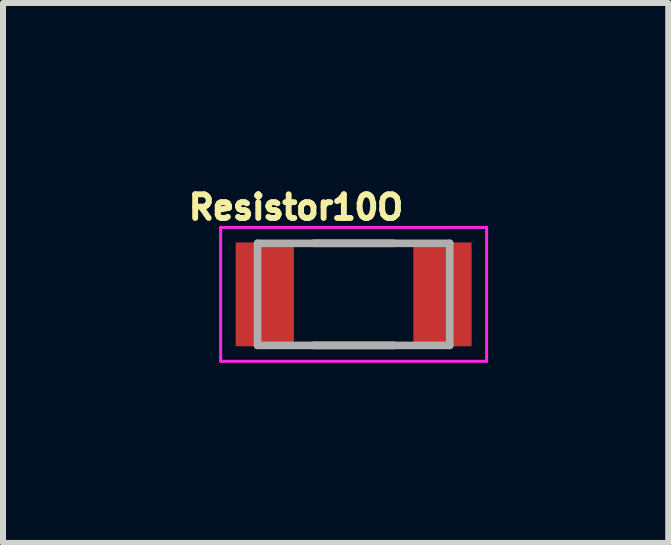
<source format=kicad_pcb>
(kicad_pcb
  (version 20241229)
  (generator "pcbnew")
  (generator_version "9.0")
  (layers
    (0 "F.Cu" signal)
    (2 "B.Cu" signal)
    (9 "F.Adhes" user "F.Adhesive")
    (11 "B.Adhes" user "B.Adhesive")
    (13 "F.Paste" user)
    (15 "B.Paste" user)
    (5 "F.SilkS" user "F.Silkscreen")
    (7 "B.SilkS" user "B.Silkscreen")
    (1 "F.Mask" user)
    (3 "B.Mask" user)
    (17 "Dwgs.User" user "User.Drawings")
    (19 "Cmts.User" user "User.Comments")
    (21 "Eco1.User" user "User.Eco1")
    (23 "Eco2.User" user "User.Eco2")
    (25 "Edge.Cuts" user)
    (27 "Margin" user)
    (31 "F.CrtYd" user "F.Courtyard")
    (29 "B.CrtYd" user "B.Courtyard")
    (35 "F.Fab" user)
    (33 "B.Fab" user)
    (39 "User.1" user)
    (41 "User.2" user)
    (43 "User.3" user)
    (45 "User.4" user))
  (footprint "Resistor10O"
    (layer "F.Cu")
    (at 2.84 1.853)
    (property "Reference" "Resistor10O" (at -0.96 -1.45 0) (layer "F.SilkS") (effects (font (size 0.394 0.394) (thickness 0.15))))
    (attr smd)
    (fp_line (start -0.67 -0.85) (end 0.67 -0.85) (stroke (width 0.127) (type solid)) (layer "F.SilkS"))
    (fp_line (start -0.67 0.85) (end 0.67 0.85) (stroke (width 0.127) (type solid)) (layer "F.SilkS"))
    (fp_line (start -2.215 -1.115) (end 2.215 -1.115) (stroke (width 0.05) (type solid)) (layer "F.CrtYd"))
    (fp_line (start -2.215 1.115) (end -2.215 -1.115) (stroke (width 0.05) (type solid)) (layer "F.CrtYd"))
    (fp_line (start -2.215 1.115) (end 2.215 1.115) (stroke (width 0.05) (type solid)) (layer "F.CrtYd"))
    (fp_line (start 2.215 1.115) (end 2.215 -1.115) (stroke (width 0.05) (type solid)) (layer "F.CrtYd"))
    (fp_line (start -1.6 0.85) (end -1.6 -0.85) (stroke (width 0.127) (type solid)) (layer "F.Fab"))
    (fp_line (start 1.6 -0.85) (end -1.6 -0.85) (stroke (width 0.127) (type solid)) (layer "F.Fab"))
    (fp_line (start 1.6 0.85) (end -1.6 0.85) (stroke (width 0.127) (type solid)) (layer "F.Fab"))
    (fp_line (start 1.6 0.85) (end 1.6 -0.85) (stroke (width 0.127) (type solid)) (layer "F.Fab"))
    (pad "1" smd rect (at -1.48 0) (size 0.97 1.73) (layers "F.Cu" "F.Mask" "F.Paste"))
    (pad "2" smd rect (at 1.48 0) (size 0.97 1.73) (layers "F.Cu" "F.Mask" "F.Paste")))
  (gr_rect
    (start -3 -3)
    (end 8.08 5.993)
    (stroke (width 0.1) (type default))
    (fill no)
    (layer "Edge.Cuts")))
</source>
